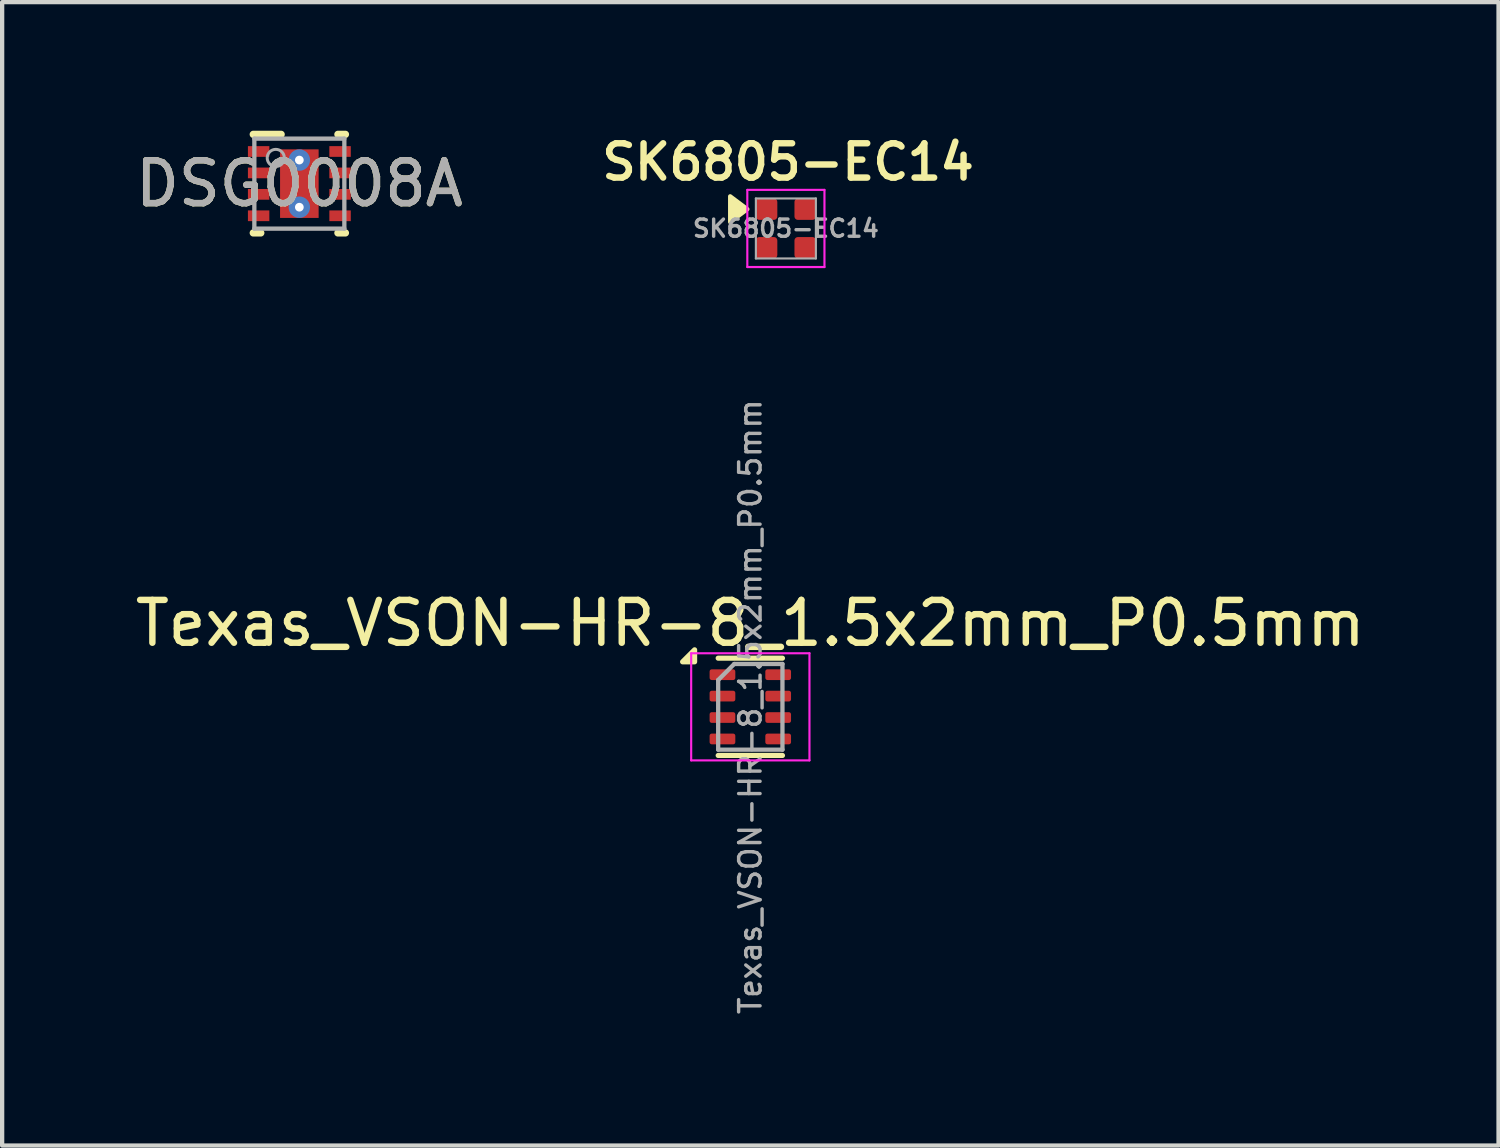
<source format=kicad_pcb>
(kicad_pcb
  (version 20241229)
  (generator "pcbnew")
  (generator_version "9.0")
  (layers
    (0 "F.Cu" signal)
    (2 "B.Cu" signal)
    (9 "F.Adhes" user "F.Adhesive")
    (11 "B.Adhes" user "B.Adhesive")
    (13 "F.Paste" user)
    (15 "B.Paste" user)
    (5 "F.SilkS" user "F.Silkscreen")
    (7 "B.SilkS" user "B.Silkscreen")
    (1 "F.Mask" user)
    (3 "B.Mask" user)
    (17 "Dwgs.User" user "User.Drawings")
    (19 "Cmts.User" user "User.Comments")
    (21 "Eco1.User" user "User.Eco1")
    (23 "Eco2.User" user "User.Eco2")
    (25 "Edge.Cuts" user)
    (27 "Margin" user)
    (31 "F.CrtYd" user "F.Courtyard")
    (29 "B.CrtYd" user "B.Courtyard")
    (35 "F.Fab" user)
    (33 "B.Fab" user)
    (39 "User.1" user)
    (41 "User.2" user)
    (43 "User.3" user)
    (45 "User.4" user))
  (footprint "Texas_VSON-HR-8_1.5x2mm_P0.5mm"
    (layer "F.Cu")
    (at 14.458 13.443)
    (property "Reference" "Texas_VSON-HR-8_1.5x2mm_P0.5mm" (at 0 -1.95 180) (layer "F.SilkS") (effects (font (size 1 1) (thickness 0.15))))
    (attr smd)
    (fp_line (start -0.75 -1.135) (end 0.75 -1.135) (stroke (width 0.12) (type solid)) (layer "F.SilkS"))
    (fp_line (start -0.75 1.135) (end 0.75 1.135) (stroke (width 0.12) (type solid)) (layer "F.SilkS"))
    (fp_poly (pts (xy -1.3 -1.05) (xy -1.58 -1.05) (xy -1.3 -1.33) (xy -1.3 -1.05)) (stroke (width 0.12) (type solid)) (fill yes) (layer "F.SilkS"))
    (fp_line (start -1.38 -1.25) (end -1.38 1.25) (stroke (width 0.05) (type solid)) (layer "F.CrtYd"))
    (fp_line (start -1.38 1.25) (end 1.38 1.25) (stroke (width 0.05) (type solid)) (layer "F.CrtYd"))
    (fp_line (start 1.38 -1.25) (end -1.38 -1.25) (stroke (width 0.05) (type solid)) (layer "F.CrtYd"))
    (fp_line (start 1.38 1.25) (end 1.38 -1.25) (stroke (width 0.05) (type solid)) (layer "F.CrtYd"))
    (fp_line (start -0.75 -0.625) (end -0.375 -1) (stroke (width 0.1) (type solid)) (layer "F.Fab"))
    (fp_line (start -0.75 1) (end -0.75 -0.625) (stroke (width 0.1) (type solid)) (layer "F.Fab"))
    (fp_line (start -0.375 -1) (end 0.75 -1) (stroke (width 0.1) (type solid)) (layer "F.Fab"))
    (fp_line (start 0.75 -1) (end 0.75 1) (stroke (width 0.1) (type solid)) (layer "F.Fab"))
    (fp_line (start 0.75 1) (end -0.75 1) (stroke (width 0.1) (type solid)) (layer "F.Fab"))
    (fp_text user "${REFERENCE}" (at 0 0 90) (layer "F.Fab") (effects (font (size 0.5 0.5) (thickness 0.08))))
    (pad "1" smd roundrect (at -0.65 -0.75) (size 0.6 0.25) (layers "F.Cu" "F.Mask" "F.Paste") (roundrect_rratio 0.2))
    (pad "2" smd roundrect (at -0.65 -0.25) (size 0.6 0.25) (layers "F.Cu" "F.Mask" "F.Paste") (roundrect_rratio 0.2))
    (pad "3" smd roundrect (at -0.65 0.25) (size 0.6 0.25) (layers "F.Cu" "F.Mask" "F.Paste") (roundrect_rratio 0.2))
    (pad "4" smd roundrect (at -0.65 0.75) (size 0.6 0.25) (layers "F.Cu" "F.Mask" "F.Paste") (roundrect_rratio 0.2))
    (pad "5" smd roundrect (at 0.65 0.75) (size 0.6 0.25) (layers "F.Cu" "F.Mask" "F.Paste") (roundrect_rratio 0.2))
    (pad "6" smd roundrect (at 0.65 0.25) (size 0.6 0.25) (layers "F.Cu" "F.Mask" "F.Paste") (roundrect_rratio 0.2))
    (pad "7" smd roundrect (at 0.65 -0.25) (size 0.6 0.25) (layers "F.Cu" "F.Mask" "F.Paste") (roundrect_rratio 0.2))
    (pad "8" smd roundrect (at 0.65 -0.75) (size 0.6 0.25) (layers "F.Cu" "F.Mask" "F.Paste") (roundrect_rratio 0.2)))
  (footprint "SK6805-EC14"
    (layer "F.Cu")
    (at 15.288 2.281)
    (property "Reference" "SK6805-EC14" (at 0.05 -1.55 0) (layer "F.SilkS") (effects (font (size 0.8 0.8) (thickness 0.15))))
    (attr smd)
    (fp_poly (pts (xy -1.3 -0.15) (xy -0.9 -0.45) (xy -1.3 -0.75)) (stroke (width 0.1) (type solid)) (fill yes) (layer "F.SilkS"))
    (fp_line (start -0.9 -0.9) (end -0.9 0.9) (stroke (width 0.05) (type solid)) (layer "F.CrtYd"))
    (fp_line (start -0.9 0.9) (end 0.9 0.9) (stroke (width 0.05) (type solid)) (layer "F.CrtYd"))
    (fp_line (start 0.9 -0.9) (end -0.9 -0.9) (stroke (width 0.05) (type solid)) (layer "F.CrtYd"))
    (fp_line (start 0.9 0.9) (end 0.9 -0.9) (stroke (width 0.05) (type solid)) (layer "F.CrtYd"))
    (fp_line (start -0.7 -0.7) (end -0.7 0.7) (stroke (width 0.05) (type solid)) (layer "F.Fab"))
    (fp_line (start -0.7 0.7) (end 0.7 0.7) (stroke (width 0.05) (type solid)) (layer "F.Fab"))
    (fp_line (start 0.7 -0.7) (end -0.7 -0.7) (stroke (width 0.05) (type solid)) (layer "F.Fab"))
    (fp_line (start 0.7 0.7) (end 0.7 -0.7) (stroke (width 0.05) (type solid)) (layer "F.Fab"))
    (fp_text user "${REFERENCE}" (at 0 0 0) (layer "F.Fab") (effects (font (size 0.4 0.4) (thickness 0.08))))
    (pad "1" smd roundrect (at -0.45 -0.45) (size 0.5 0.5) (layers "F.Cu" "F.Mask" "F.Paste") (roundrect_rratio 0.16))
    (pad "2" smd roundrect (at -0.45 0.45) (size 0.5 0.5) (layers "F.Cu" "F.Mask" "F.Paste") (roundrect_rratio 0.16))
    (pad "3" smd roundrect (at 0.45 0.45) (size 0.5 0.5) (layers "F.Cu" "F.Mask" "F.Paste") (roundrect_rratio 0.16))
    (pad "4" smd roundrect (at 0.45 -0.45) (size 0.5 0.5) (layers "F.Cu" "F.Mask" "F.Paste") (roundrect_rratio 0.16)))
  (footprint "DSG0008A"
    (layer "F.Cu")
    (at 3.935 1.235)
    (property "Reference" "DSG0008A" (at 0 0 0) (unlocked yes) (layer "F.SilkS") (effects (font (size 1 1) (thickness 0.15))))
    (attr smd)
    (fp_line (start -1.075 -1.15) (end -0.425 -1.15) (stroke (width 0.17) (type solid)) (layer "F.SilkS"))
    (fp_line (start -1.075 1.15) (end -0.9 1.15) (stroke (width 0.17) (type solid)) (layer "F.SilkS"))
    (fp_line (start 0.9 -1.15) (end 1.075 -1.15) (stroke (width 0.17) (type solid)) (layer "F.SilkS"))
    (fp_line (start 0.9 1.15) (end 1.075 1.15) (stroke (width 0.17) (type solid)) (layer "F.SilkS"))
    (fp_poly (pts (xy -0.45 -0.149) (xy -0.45 -0.751) (xy -0.449 -0.761) (xy -0.446 -0.77) (xy -0.442 -0.778) (xy -0.436 -0.786) (xy -0.428 -0.792) (xy -0.42 -0.796) (xy -0.411 -0.799) (xy -0.401 -0.8) (xy 0.401 -0.8) (xy 0.411 -0.799) (xy 0.42 -0.796) (xy 0.428 -0.792) (xy 0.436 -0.786) (xy 0.442 -0.778) (xy 0.446 -0.77) (xy 0.449 -0.761) (xy 0.45 -0.751) (xy 0.45 -0.149) (xy 0.449 -0.139) (xy 0.446 -0.13) (xy 0.442 -0.122) (xy 0.436 -0.114) (xy 0.428 -0.108) (xy 0.42 -0.104) (xy 0.411 -0.101) (xy 0.401 -0.1) (xy -0.401 -0.1) (xy -0.411 -0.101) (xy -0.42 -0.104) (xy -0.428 -0.108) (xy -0.436 -0.114) (xy -0.442 -0.122) (xy -0.446 -0.13) (xy -0.449 -0.139)) (stroke (width 0) (type solid)) (fill yes) (layer "F.Paste"))
    (fp_poly (pts (xy -0.45 0.751) (xy -0.45 0.149) (xy -0.449 0.139) (xy -0.446 0.13) (xy -0.442 0.122) (xy -0.436 0.114) (xy -0.428 0.108) (xy -0.42 0.104) (xy -0.411 0.101) (xy -0.401 0.1) (xy 0.401 0.1) (xy 0.411 0.101) (xy 0.42 0.104) (xy 0.428 0.108) (xy 0.436 0.114) (xy 0.442 0.122) (xy 0.446 0.13) (xy 0.449 0.139) (xy 0.45 0.149) (xy 0.45 0.751) (xy 0.449 0.761) (xy 0.446 0.77) (xy 0.442 0.778) (xy 0.436 0.786) (xy 0.428 0.792) (xy 0.42 0.796) (xy 0.411 0.799) (xy 0.401 0.8) (xy -0.401 0.8) (xy -0.411 0.799) (xy -0.42 0.796) (xy -0.428 0.792) (xy -0.436 0.786) (xy -0.442 0.778) (xy -0.446 0.77) (xy -0.449 0.761)) (stroke (width 0) (type solid)) (fill yes) (layer "F.Paste"))
    (fp_line (start -1.05 -1.05) (end 1.05 -1.05) (stroke (width 0.1) (type solid)) (layer "F.Fab"))
    (fp_line (start -1.05 1.05) (end -1.05 -1.05) (stroke (width 0.1) (type solid)) (layer "F.Fab"))
    (fp_line (start -1.05 1.05) (end 1.05 1.05) (stroke (width 0.1) (type solid)) (layer "F.Fab"))
    (fp_line (start 1.05 1.05) (end 1.05 -1.05) (stroke (width 0.1) (type solid)) (layer "F.Fab"))
    (fp_circle (center -0.55 -0.6) (end -0.35 -0.6) (stroke (width 0.07) (type solid)) (fill no) (layer "F.Fab"))
    (fp_text user "${REFERENCE}" (at 0 0 0) (unlocked yes) (layer "F.Fab") (effects (font (size 1 1) (thickness 0.15))))
    (pad "1" smd rect (at -0.95 -0.75 90) (size 0.25 0.5) (layers "F.Cu" "F.Mask" "F.Paste"))
    (pad "2" smd rect (at -0.95 -0.25 90) (size 0.25 0.5) (layers "F.Cu" "F.Mask" "F.Paste"))
    (pad "3" smd rect (at -0.95 0.25 90) (size 0.25 0.5) (layers "F.Cu" "F.Mask" "F.Paste"))
    (pad "4" smd rect (at -0.95 0.75 90) (size 0.25 0.5) (layers "F.Cu" "F.Mask" "F.Paste"))
    (pad "5" smd rect (at 0.95 0.75 90) (size 0.25 0.5) (layers "F.Cu" "F.Mask" "F.Paste"))
    (pad "6" smd rect (at 0.95 0.25 90) (size 0.25 0.5) (layers "F.Cu" "F.Mask" "F.Paste"))
    (pad "7" smd rect (at 0.95 -0.25 90) (size 0.25 0.5) (layers "F.Cu" "F.Mask" "F.Paste"))
    (pad "8" smd rect (at 0.95 -0.75 90) (size 0.25 0.5) (layers "F.Cu" "F.Mask" "F.Paste"))
    (pad "9" thru_hole circle (at 0 -0.55) (size 0.5 0.5) (drill 0.203) (layers "*.Cu" "F.Mask"))
    (pad "9" smd rect (at 0 0) (size 0.9 1.6) (layers "F.Cu" "F.Mask" "F.Paste"))
    (pad "9" thru_hole circle (at 0 0.55) (size 0.5 0.5) (drill 0.203) (layers "*.Cu" "F.Mask")))
  (gr_rect
    (start -3 -3)
    (end 31.917 23.68)
    (stroke (width 0.1) (type default))
    (fill no)
    (layer "Edge.Cuts")))
</source>
